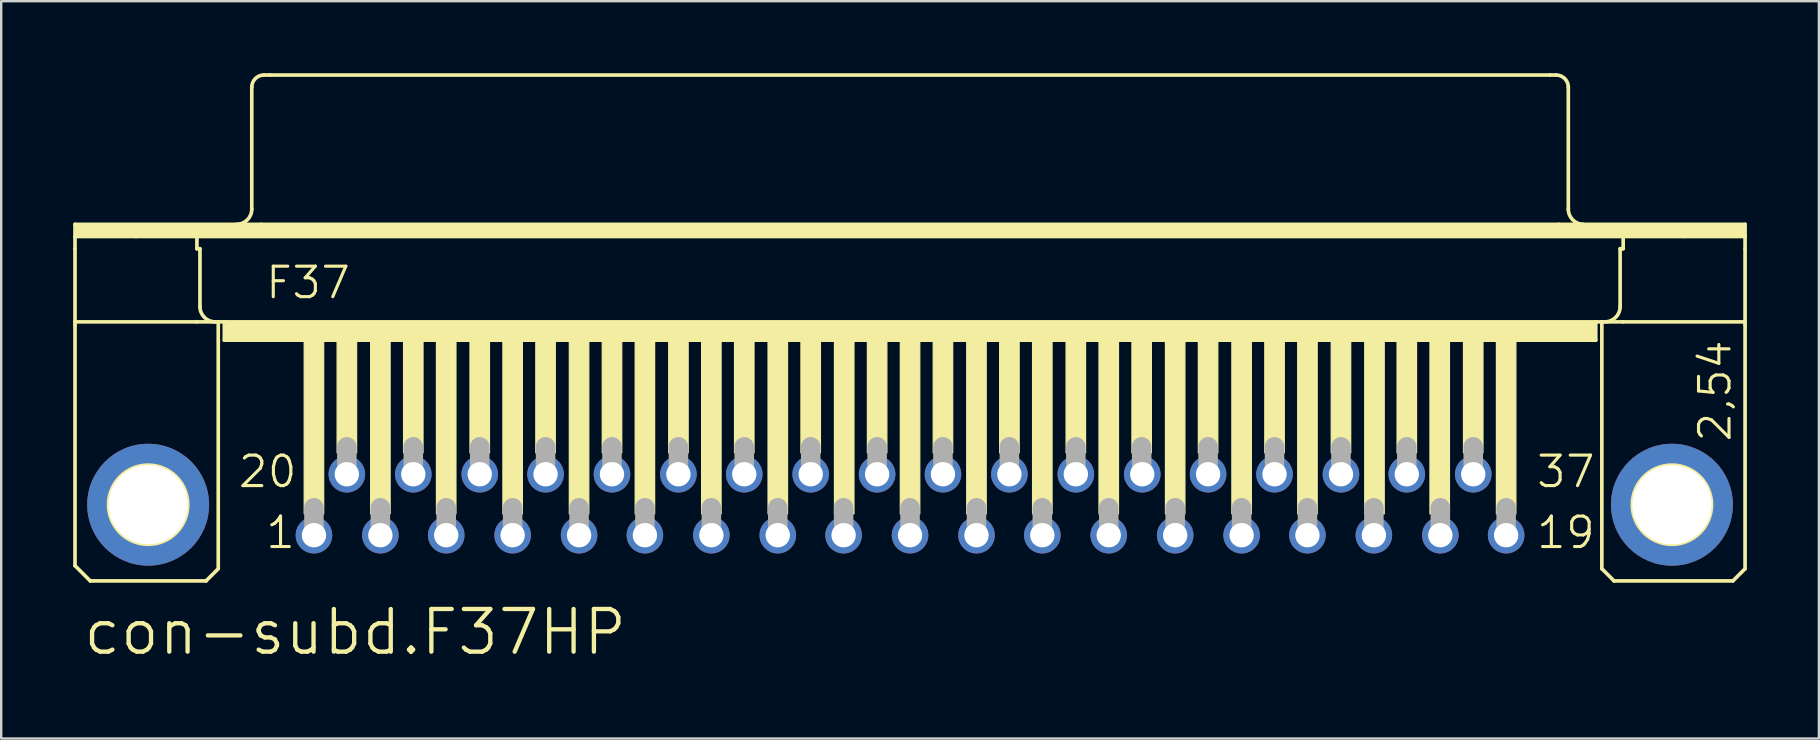
<source format=kicad_pcb>
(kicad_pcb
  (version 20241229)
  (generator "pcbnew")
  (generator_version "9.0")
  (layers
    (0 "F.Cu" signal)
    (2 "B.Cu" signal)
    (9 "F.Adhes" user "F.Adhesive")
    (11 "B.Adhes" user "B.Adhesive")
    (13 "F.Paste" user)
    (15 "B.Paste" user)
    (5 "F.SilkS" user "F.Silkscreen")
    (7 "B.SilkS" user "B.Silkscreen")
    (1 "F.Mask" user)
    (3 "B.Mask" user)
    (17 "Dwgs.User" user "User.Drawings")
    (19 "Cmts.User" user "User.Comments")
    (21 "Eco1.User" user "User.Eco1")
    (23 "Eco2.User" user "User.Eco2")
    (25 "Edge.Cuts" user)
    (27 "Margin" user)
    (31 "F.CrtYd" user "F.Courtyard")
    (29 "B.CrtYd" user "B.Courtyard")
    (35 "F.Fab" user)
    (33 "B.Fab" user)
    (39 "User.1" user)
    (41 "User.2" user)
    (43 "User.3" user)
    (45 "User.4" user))
  (footprint "con-subd.F37HP"
    (layer "F.Cu")
    (at 34.874 17.983)
    (property "Reference" "con-subd.F37HP" (at -34.544 6.35 0) (layer "F.SilkS") (effects (font (size 1.778 1.778) (thickness 0.18)) (justify left bottom)))
    (attr through_hole)
    (fp_line (start -34.798 -11.684) (end -27.051 -11.684) (stroke (width 0.152) (type default)) (layer "F.SilkS"))
    (fp_line (start -34.798 -11.176) (end -34.798 -11.684) (stroke (width 0.152) (type default)) (layer "F.SilkS"))
    (fp_line (start -34.798 -11.176) (end -32.258 -11.176) (stroke (width 0.152) (type default)) (layer "F.SilkS"))
    (fp_line (start -34.798 -10.668) (end -34.798 -11.176) (stroke (width 0.152) (type default)) (layer "F.SilkS"))
    (fp_line (start -34.798 -7.62) (end -34.798 -10.668) (stroke (width 0.152) (type default)) (layer "F.SilkS"))
    (fp_line (start -34.798 -7.62) (end -34.798 -7.493) (stroke (width 0.152) (type default)) (layer "F.SilkS"))
    (fp_line (start -34.798 -7.62) (end -29.718 -7.62) (stroke (width 0.152) (type default)) (layer "F.SilkS"))
    (fp_line (start -34.798 2.54) (end -34.798 -7.493) (stroke (width 0.152) (type default)) (layer "F.SilkS"))
    (fp_line (start -34.163 3.175) (end -34.798 2.54) (stroke (width 0.152) (type default)) (layer "F.SilkS"))
    (fp_line (start -32.258 -11.176) (end -29.718 -11.176) (stroke (width 0.152) (type default)) (layer "F.SilkS"))
    (fp_line (start -29.718 -11.176) (end 29.718 -11.176) (stroke (width 0.152) (type default)) (layer "F.SilkS"))
    (fp_line (start -29.718 -10.668) (end -29.718 -11.176) (stroke (width 0.152) (type default)) (layer "F.SilkS"))
    (fp_line (start -29.718 -10.668) (end -29.591 -10.668) (stroke (width 0.152) (type default)) (layer "F.SilkS"))
    (fp_line (start -29.718 -7.62) (end -28.829 -7.62) (stroke (width 0.152) (type default)) (layer "F.SilkS"))
    (fp_line (start -29.591 -8.255) (end -29.591 -10.668) (stroke (width 0.152) (type default)) (layer "F.SilkS"))
    (fp_line (start -29.337 3.175) (end -34.163 3.175) (stroke (width 0.152) (type default)) (layer "F.SilkS"))
    (fp_line (start -29.337 3.175) (end -28.829 2.667) (stroke (width 0.152) (type default)) (layer "F.SilkS"))
    (fp_line (start -28.829 -7.62) (end -28.575 -7.62) (stroke (width 0.152) (type default)) (layer "F.SilkS"))
    (fp_line (start -28.829 2.667) (end -28.829 -7.62) (stroke (width 0.152) (type default)) (layer "F.SilkS"))
    (fp_line (start -28.575 -7.62) (end -28.575 -6.858) (stroke (width 0.152) (type default)) (layer "F.SilkS"))
    (fp_line (start -28.575 -7.62) (end 28.575 -7.62) (stroke (width 0.152) (type default)) (layer "F.SilkS"))
    (fp_line (start -28.575 -6.858) (end 28.575 -6.858) (stroke (width 0.152) (type default)) (layer "F.SilkS"))
    (fp_line (start -27.432 -12.319) (end -27.432 -17.399) (stroke (width 0.152) (type default)) (layer "F.SilkS"))
    (fp_line (start -27.051 -11.684) (end 27.051 -11.684) (stroke (width 0.152) (type default)) (layer "F.SilkS"))
    (fp_line (start -26.924 -17.907) (end -26.67 -17.907) (stroke (width 0.152) (type default)) (layer "F.SilkS"))
    (fp_line (start -26.67 -17.907) (end 26.67 -17.907) (stroke (width 0.152) (type default)) (layer "F.SilkS"))
    (fp_line (start 26.67 -17.907) (end 26.924 -17.907) (stroke (width 0.152) (type default)) (layer "F.SilkS"))
    (fp_line (start 27.051 -11.684) (end 34.798 -11.684) (stroke (width 0.152) (type default)) (layer "F.SilkS"))
    (fp_line (start 27.432 -12.319) (end 27.432 -17.399) (stroke (width 0.152) (type default)) (layer "F.SilkS"))
    (fp_line (start 28.575 -7.62) (end 28.575 -6.858) (stroke (width 0.152) (type default)) (layer "F.SilkS"))
    (fp_line (start 28.575 -7.62) (end 28.829 -7.62) (stroke (width 0.152) (type default)) (layer "F.SilkS"))
    (fp_line (start 28.829 -7.62) (end 29.718 -7.62) (stroke (width 0.152) (type default)) (layer "F.SilkS"))
    (fp_line (start 28.829 2.667) (end 28.829 -7.62) (stroke (width 0.152) (type default)) (layer "F.SilkS"))
    (fp_line (start 28.829 2.667) (end 29.337 3.175) (stroke (width 0.152) (type default)) (layer "F.SilkS"))
    (fp_line (start 29.337 3.175) (end 34.29 3.175) (stroke (width 0.152) (type default)) (layer "F.SilkS"))
    (fp_line (start 29.591 -10.668) (end 29.718 -10.668) (stroke (width 0.152) (type default)) (layer "F.SilkS"))
    (fp_line (start 29.591 -8.255) (end 29.591 -10.668) (stroke (width 0.152) (type default)) (layer "F.SilkS"))
    (fp_line (start 29.718 -11.176) (end 32.258 -11.176) (stroke (width 0.152) (type default)) (layer "F.SilkS"))
    (fp_line (start 29.718 -10.668) (end 29.718 -11.176) (stroke (width 0.152) (type default)) (layer "F.SilkS"))
    (fp_line (start 29.718 -7.62) (end 34.798 -7.62) (stroke (width 0.152) (type default)) (layer "F.SilkS"))
    (fp_line (start 32.258 -11.176) (end 34.798 -11.176) (stroke (width 0.152) (type default)) (layer "F.SilkS"))
    (fp_line (start 34.29 3.175) (end 34.798 2.667) (stroke (width 0.152) (type default)) (layer "F.SilkS"))
    (fp_line (start 34.798 -11.684) (end 34.798 -11.176) (stroke (width 0.152) (type default)) (layer "F.SilkS"))
    (fp_line (start 34.798 -11.176) (end 34.798 -10.668) (stroke (width 0.152) (type default)) (layer "F.SilkS"))
    (fp_line (start 34.798 -10.668) (end 34.798 -7.62) (stroke (width 0.152) (type default)) (layer "F.SilkS"))
    (fp_line (start 34.798 -7.62) (end 34.798 -7.493) (stroke (width 0.152) (type default)) (layer "F.SilkS"))
    (fp_line (start 34.798 2.667) (end 34.798 -7.493) (stroke (width 0.152) (type default)) (layer "F.SilkS"))
    (fp_rect (start -34.798 -11.176) (end 34.798 -11.684) (stroke (width 0.05) (type default)) (fill yes) (layer "F.SilkS"))
    (fp_rect (start -28.575 -6.858) (end 28.575 -7.62) (stroke (width 0.05) (type default)) (fill yes) (layer "F.SilkS"))
    (fp_rect (start -25.248 0.381) (end -24.435 -6.858) (stroke (width 0.05) (type default)) (fill yes) (layer "F.SilkS"))
    (fp_rect (start -23.876 -2.159) (end -23.063 -6.858) (stroke (width 0.05) (type default)) (fill yes) (layer "F.SilkS"))
    (fp_rect (start -22.479 0.381) (end -21.666 -6.858) (stroke (width 0.05) (type default)) (fill yes) (layer "F.SilkS"))
    (fp_rect (start -21.107 -2.159) (end -20.295 -6.858) (stroke (width 0.05) (type default)) (fill yes) (layer "F.SilkS"))
    (fp_rect (start -19.736 0.381) (end -18.923 -6.858) (stroke (width 0.05) (type default)) (fill yes) (layer "F.SilkS"))
    (fp_rect (start -18.339 -2.159) (end -17.526 -6.858) (stroke (width 0.05) (type default)) (fill yes) (layer "F.SilkS"))
    (fp_rect (start -16.967 0.381) (end -16.154 -6.858) (stroke (width 0.05) (type default)) (fill yes) (layer "F.SilkS"))
    (fp_rect (start -15.596 -2.159) (end -14.783 -6.858) (stroke (width 0.05) (type default)) (fill yes) (layer "F.SilkS"))
    (fp_rect (start -14.199 0.381) (end -13.386 -6.858) (stroke (width 0.05) (type default)) (fill yes) (layer "F.SilkS"))
    (fp_rect (start -12.827 -2.159) (end -12.014 -6.858) (stroke (width 0.05) (type default)) (fill yes) (layer "F.SilkS"))
    (fp_rect (start -11.455 0.381) (end -10.643 -6.858) (stroke (width 0.05) (type default)) (fill yes) (layer "F.SilkS"))
    (fp_rect (start -10.058 -2.159) (end -9.246 -6.858) (stroke (width 0.05) (type default)) (fill yes) (layer "F.SilkS"))
    (fp_rect (start -8.687 0.381) (end -7.874 -6.858) (stroke (width 0.05) (type default)) (fill yes) (layer "F.SilkS"))
    (fp_rect (start -7.315 -2.159) (end -6.502 -6.858) (stroke (width 0.05) (type default)) (fill yes) (layer "F.SilkS"))
    (fp_rect (start -5.918 0.381) (end -5.105 -6.858) (stroke (width 0.05) (type default)) (fill yes) (layer "F.SilkS"))
    (fp_rect (start -4.547 -2.159) (end -3.734 -6.858) (stroke (width 0.05) (type default)) (fill yes) (layer "F.SilkS"))
    (fp_rect (start -3.15 0.381) (end -2.337 -6.858) (stroke (width 0.05) (type default)) (fill yes) (layer "F.SilkS"))
    (fp_rect (start -1.778 -2.159) (end -0.965 -6.858) (stroke (width 0.05) (type default)) (fill yes) (layer "F.SilkS"))
    (fp_rect (start -0.406 0.381) (end 0.406 -6.858) (stroke (width 0.05) (type default)) (fill yes) (layer "F.SilkS"))
    (fp_rect (start 0.965 -2.159) (end 1.778 -6.858) (stroke (width 0.05) (type default)) (fill yes) (layer "F.SilkS"))
    (fp_rect (start 2.362 0.381) (end 3.175 -6.858) (stroke (width 0.05) (type default)) (fill yes) (layer "F.SilkS"))
    (fp_rect (start 3.734 -2.159) (end 4.547 -6.858) (stroke (width 0.05) (type default)) (fill yes) (layer "F.SilkS"))
    (fp_rect (start 5.105 0.381) (end 5.918 -6.858) (stroke (width 0.05) (type default)) (fill yes) (layer "F.SilkS"))
    (fp_rect (start 6.502 -2.159) (end 7.315 -6.858) (stroke (width 0.05) (type default)) (fill yes) (layer "F.SilkS"))
    (fp_rect (start 7.874 0.381) (end 8.687 -6.858) (stroke (width 0.05) (type default)) (fill yes) (layer "F.SilkS"))
    (fp_rect (start 9.246 -2.159) (end 10.058 -6.858) (stroke (width 0.05) (type default)) (fill yes) (layer "F.SilkS"))
    (fp_rect (start 10.643 0.381) (end 11.455 -6.858) (stroke (width 0.05) (type default)) (fill yes) (layer "F.SilkS"))
    (fp_rect (start 12.014 -2.159) (end 12.827 -6.858) (stroke (width 0.05) (type default)) (fill yes) (layer "F.SilkS"))
    (fp_rect (start 13.411 0.381) (end 14.224 -6.858) (stroke (width 0.05) (type default)) (fill yes) (layer "F.SilkS"))
    (fp_rect (start 14.783 -2.159) (end 15.596 -6.858) (stroke (width 0.05) (type default)) (fill yes) (layer "F.SilkS"))
    (fp_rect (start 16.154 0.381) (end 16.967 -6.858) (stroke (width 0.05) (type default)) (fill yes) (layer "F.SilkS"))
    (fp_rect (start 17.551 -2.159) (end 18.364 -6.858) (stroke (width 0.05) (type default)) (fill yes) (layer "F.SilkS"))
    (fp_rect (start 18.948 0.381) (end 19.761 -6.858) (stroke (width 0.05) (type default)) (fill yes) (layer "F.SilkS"))
    (fp_rect (start 20.295 -2.159) (end 21.107 -6.858) (stroke (width 0.05) (type default)) (fill yes) (layer "F.SilkS"))
    (fp_rect (start 21.666 0.381) (end 22.479 -6.858) (stroke (width 0.05) (type default)) (fill yes) (layer "F.SilkS"))
    (fp_rect (start 23.063 -2.159) (end 23.876 -6.858) (stroke (width 0.05) (type default)) (fill yes) (layer "F.SilkS"))
    (fp_rect (start 24.435 0.381) (end 25.248 -6.858) (stroke (width 0.05) (type default)) (fill yes) (layer "F.SilkS"))
    (fp_arc (start -28.956 -7.62) (mid -29.405013 -7.805987) (end -29.591 -8.255) (stroke (width 0.1524) (type default)) (layer "F.SilkS"))
    (fp_arc (start -27.432 -17.399) (mid -27.28321 -17.75821) (end -26.924 -17.907) (stroke (width 0.1524) (type default)) (layer "F.SilkS"))
    (fp_arc (start -27.432 -12.319) (mid -27.617987 -11.869987) (end -28.067 -11.684) (stroke (width 0.1524) (type default)) (layer "F.SilkS"))
    (fp_arc (start 26.924 -17.907) (mid 27.28321 -17.75821) (end 27.432 -17.399) (stroke (width 0.1524) (type default)) (layer "F.SilkS"))
    (fp_arc (start 28.067 -11.684) (mid 27.617987 -11.869987) (end 27.432 -12.319) (stroke (width 0.1524) (type default)) (layer "F.SilkS"))
    (fp_arc (start 29.591 -8.255) (mid 29.405013 -7.805987) (end 28.956 -7.62) (stroke (width 0.1524) (type default)) (layer "F.SilkS"))
    (fp_circle (center -31.75 0) (end -30.099 0) (stroke (width 0.152) (type default)) (fill no) (layer "F.SilkS"))
    (fp_circle (center 31.75 0) (end 33.401 0) (stroke (width 0.152) (type default)) (fill no) (layer "F.SilkS"))
    (fp_line (start -24.841 1.143) (end -24.841 0.127) (stroke (width 0.813) (type default)) (layer "F.Fab"))
    (fp_line (start -23.47 -1.397) (end -23.47 -2.413) (stroke (width 0.813) (type default)) (layer "F.Fab"))
    (fp_line (start -22.073 1.143) (end -22.073 0.127) (stroke (width 0.813) (type default)) (layer "F.Fab"))
    (fp_line (start -20.701 -1.397) (end -20.701 -2.413) (stroke (width 0.813) (type default)) (layer "F.Fab"))
    (fp_line (start -19.329 1.143) (end -19.329 0.127) (stroke (width 0.813) (type default)) (layer "F.Fab"))
    (fp_line (start -17.932 -1.397) (end -17.932 -2.413) (stroke (width 0.813) (type default)) (layer "F.Fab"))
    (fp_line (start -16.561 1.143) (end -16.561 0.127) (stroke (width 0.813) (type default)) (layer "F.Fab"))
    (fp_line (start -15.189 -1.397) (end -15.189 -2.413) (stroke (width 0.813) (type default)) (layer "F.Fab"))
    (fp_line (start -13.792 1.143) (end -13.792 0.127) (stroke (width 0.813) (type default)) (layer "F.Fab"))
    (fp_line (start -12.421 -1.397) (end -12.421 -2.413) (stroke (width 0.813) (type default)) (layer "F.Fab"))
    (fp_line (start -11.049 1.143) (end -11.049 0.127) (stroke (width 0.813) (type default)) (layer "F.Fab"))
    (fp_line (start -9.652 -1.397) (end -9.652 -2.413) (stroke (width 0.813) (type default)) (layer "F.Fab"))
    (fp_line (start -8.28 1.143) (end -8.28 0.127) (stroke (width 0.813) (type default)) (layer "F.Fab"))
    (fp_line (start -6.909 -1.397) (end -6.909 -2.413) (stroke (width 0.813) (type default)) (layer "F.Fab"))
    (fp_line (start -5.512 1.143) (end -5.512 0.127) (stroke (width 0.813) (type default)) (layer "F.Fab"))
    (fp_line (start -4.14 -1.397) (end -4.14 -2.413) (stroke (width 0.813) (type default)) (layer "F.Fab"))
    (fp_line (start -2.769 1.143) (end -2.769 0.127) (stroke (width 0.813) (type default)) (layer "F.Fab"))
    (fp_line (start -1.372 -1.397) (end -1.372 -2.413) (stroke (width 0.813) (type default)) (layer "F.Fab"))
    (fp_line (start 0 1.143) (end 0 0.127) (stroke (width 0.813) (type default)) (layer "F.Fab"))
    (fp_line (start 1.372 -1.397) (end 1.372 -2.413) (stroke (width 0.813) (type default)) (layer "F.Fab"))
    (fp_line (start 2.769 1.143) (end 2.769 0.127) (stroke (width 0.813) (type default)) (layer "F.Fab"))
    (fp_line (start 4.14 -1.397) (end 4.14 -2.413) (stroke (width 0.813) (type default)) (layer "F.Fab"))
    (fp_line (start 5.512 1.143) (end 5.512 0.127) (stroke (width 0.813) (type default)) (layer "F.Fab"))
    (fp_line (start 6.909 -1.397) (end 6.909 -2.413) (stroke (width 0.813) (type default)) (layer "F.Fab"))
    (fp_line (start 8.28 1.143) (end 8.28 0.127) (stroke (width 0.813) (type default)) (layer "F.Fab"))
    (fp_line (start 9.652 -1.397) (end 9.652 -2.413) (stroke (width 0.813) (type default)) (layer "F.Fab"))
    (fp_line (start 11.049 1.143) (end 11.049 0.127) (stroke (width 0.813) (type default)) (layer "F.Fab"))
    (fp_line (start 12.421 -1.397) (end 12.421 -2.413) (stroke (width 0.813) (type default)) (layer "F.Fab"))
    (fp_line (start 13.818 1.143) (end 13.818 0.127) (stroke (width 0.813) (type default)) (layer "F.Fab"))
    (fp_line (start 15.189 -1.397) (end 15.189 -2.413) (stroke (width 0.813) (type default)) (layer "F.Fab"))
    (fp_line (start 16.561 1.143) (end 16.561 0.127) (stroke (width 0.813) (type default)) (layer "F.Fab"))
    (fp_line (start 17.958 -1.397) (end 17.958 -2.413) (stroke (width 0.813) (type default)) (layer "F.Fab"))
    (fp_line (start 19.329 1.143) (end 19.329 0.127) (stroke (width 0.813) (type default)) (layer "F.Fab"))
    (fp_line (start 20.701 -1.397) (end 20.701 -2.413) (stroke (width 0.813) (type default)) (layer "F.Fab"))
    (fp_line (start 22.098 1.143) (end 22.098 0.127) (stroke (width 0.813) (type default)) (layer "F.Fab"))
    (fp_line (start 23.47 -1.397) (end 23.47 -2.413) (stroke (width 0.813) (type default)) (layer "F.Fab"))
    (fp_line (start 24.841 1.143) (end 24.841 0.127) (stroke (width 0.813) (type default)) (layer "F.Fab"))
    (fp_text user "F37" (at -26.924 -8.509 0) (layer "F.SilkS") (effects (font (size 1.27 1.27) (thickness 0.13)) (justify left bottom)))
    (fp_text user "19" (at 26.035 1.905 0) (layer "F.SilkS") (effects (font (size 1.27 1.27) (thickness 0.13)) (justify left bottom)))
    (fp_text user "2,54" (at 34.29 -2.54 90) (layer "F.SilkS") (effects (font (size 1.27 1.27) (thickness 0.13)) (justify left bottom)))
    (fp_text user "37" (at 26.035 -0.635 0) (layer "F.SilkS") (effects (font (size 1.27 1.27) (thickness 0.13)) (justify left bottom)))
    (fp_text user "1" (at -26.924 1.905 0) (layer "F.SilkS") (effects (font (size 1.27 1.27) (thickness 0.13)) (justify left bottom)))
    (fp_text user "20" (at -28.067 -0.635 0) (layer "F.SilkS") (effects (font (size 1.27 1.27) (thickness 0.13)) (justify left bottom)))
    (pad "1" thru_hole circle (at -24.841 1.27) (size 1.524 1.524) (drill 1.016) (layers "*.Cu" "*.Mask"))
    (pad "2" thru_hole circle (at -22.073 1.27) (size 1.524 1.524) (drill 1.016) (layers "*.Cu" "*.Mask"))
    (pad "3" thru_hole circle (at -19.329 1.27) (size 1.524 1.524) (drill 1.016) (layers "*.Cu" "*.Mask"))
    (pad "4" thru_hole circle (at -16.561 1.27) (size 1.524 1.524) (drill 1.016) (layers "*.Cu" "*.Mask"))
    (pad "5" thru_hole circle (at -13.792 1.27) (size 1.524 1.524) (drill 1.016) (layers "*.Cu" "*.Mask"))
    (pad "6" thru_hole circle (at -11.049 1.27) (size 1.524 1.524) (drill 1.016) (layers "*.Cu" "*.Mask"))
    (pad "7" thru_hole circle (at -8.28 1.27) (size 1.524 1.524) (drill 1.016) (layers "*.Cu" "*.Mask"))
    (pad "8" thru_hole circle (at -5.512 1.27) (size 1.524 1.524) (drill 1.016) (layers "*.Cu" "*.Mask"))
    (pad "9" thru_hole circle (at -2.769 1.27) (size 1.524 1.524) (drill 1.016) (layers "*.Cu" "*.Mask"))
    (pad "10" thru_hole circle (at 0 1.27) (size 1.524 1.524) (drill 1.016) (layers "*.Cu" "*.Mask"))
    (pad "11" thru_hole circle (at 2.769 1.27) (size 1.524 1.524) (drill 1.016) (layers "*.Cu" "*.Mask"))
    (pad "12" thru_hole circle (at 5.512 1.27) (size 1.524 1.524) (drill 1.016) (layers "*.Cu" "*.Mask"))
    (pad "13" thru_hole circle (at 8.28 1.27) (size 1.524 1.524) (drill 1.016) (layers "*.Cu" "*.Mask"))
    (pad "14" thru_hole circle (at 11.049 1.27) (size 1.524 1.524) (drill 1.016) (layers "*.Cu" "*.Mask"))
    (pad "15" thru_hole circle (at 13.818 1.27) (size 1.524 1.524) (drill 1.016) (layers "*.Cu" "*.Mask"))
    (pad "16" thru_hole circle (at 16.561 1.27) (size 1.524 1.524) (drill 1.016) (layers "*.Cu" "*.Mask"))
    (pad "17" thru_hole circle (at 19.329 1.27) (size 1.524 1.524) (drill 1.016) (layers "*.Cu" "*.Mask"))
    (pad "18" thru_hole circle (at 22.098 1.27) (size 1.524 1.524) (drill 1.016) (layers "*.Cu" "*.Mask"))
    (pad "19" thru_hole circle (at 24.841 1.27) (size 1.524 1.524) (drill 1.016) (layers "*.Cu" "*.Mask"))
    (pad "20" thru_hole circle (at -23.47 -1.27) (size 1.524 1.524) (drill 1.016) (layers "*.Cu" "*.Mask"))
    (pad "21" thru_hole circle (at -20.701 -1.27) (size 1.524 1.524) (drill 1.016) (layers "*.Cu" "*.Mask"))
    (pad "22" thru_hole circle (at -17.932 -1.27) (size 1.524 1.524) (drill 1.016) (layers "*.Cu" "*.Mask"))
    (pad "23" thru_hole circle (at -15.189 -1.27) (size 1.524 1.524) (drill 1.016) (layers "*.Cu" "*.Mask"))
    (pad "24" thru_hole circle (at -12.421 -1.27) (size 1.524 1.524) (drill 1.016) (layers "*.Cu" "*.Mask"))
    (pad "25" thru_hole circle (at -9.652 -1.27) (size 1.524 1.524) (drill 1.016) (layers "*.Cu" "*.Mask"))
    (pad "26" thru_hole circle (at -6.909 -1.27) (size 1.524 1.524) (drill 1.016) (layers "*.Cu" "*.Mask"))
    (pad "27" thru_hole circle (at -4.14 -1.27) (size 1.524 1.524) (drill 1.016) (layers "*.Cu" "*.Mask"))
    (pad "28" thru_hole circle (at -1.372 -1.27) (size 1.524 1.524) (drill 1.016) (layers "*.Cu" "*.Mask"))
    (pad "29" thru_hole circle (at 1.372 -1.27) (size 1.524 1.524) (drill 1.016) (layers "*.Cu" "*.Mask"))
    (pad "30" thru_hole circle (at 4.14 -1.27) (size 1.524 1.524) (drill 1.016) (layers "*.Cu" "*.Mask"))
    (pad "31" thru_hole circle (at 6.909 -1.27) (size 1.524 1.524) (drill 1.016) (layers "*.Cu" "*.Mask"))
    (pad "32" thru_hole circle (at 9.677 -1.27) (size 1.524 1.524) (drill 1.016) (layers "*.Cu" "*.Mask"))
    (pad "33" thru_hole circle (at 12.421 -1.27) (size 1.524 1.524) (drill 1.016) (layers "*.Cu" "*.Mask"))
    (pad "34" thru_hole circle (at 15.189 -1.27) (size 1.524 1.524) (drill 1.016) (layers "*.Cu" "*.Mask"))
    (pad "35" thru_hole circle (at 17.958 -1.27) (size 1.524 1.524) (drill 1.016) (layers "*.Cu" "*.Mask"))
    (pad "36" thru_hole circle (at 20.701 -1.27) (size 1.524 1.524) (drill 1.016) (layers "*.Cu" "*.Mask"))
    (pad "37" thru_hole circle (at 23.47 -1.27) (size 1.524 1.524) (drill 1.016) (layers "*.Cu" "*.Mask"))
    (pad "G1" thru_hole circle (at -31.75 0) (size 5.08 5.08) (drill 3.302) (layers "*.Cu" "*.Mask"))
    (pad "G2" thru_hole circle (at 31.75 0) (size 5.08 5.08) (drill 3.302) (layers "*.Cu" "*.Mask")))
  (gr_rect
    (start -3 -3)
    (end 72.748 27.727)
    (stroke (width 0.1) (type default))
    (fill no)
    (layer "Edge.Cuts")))
</source>
